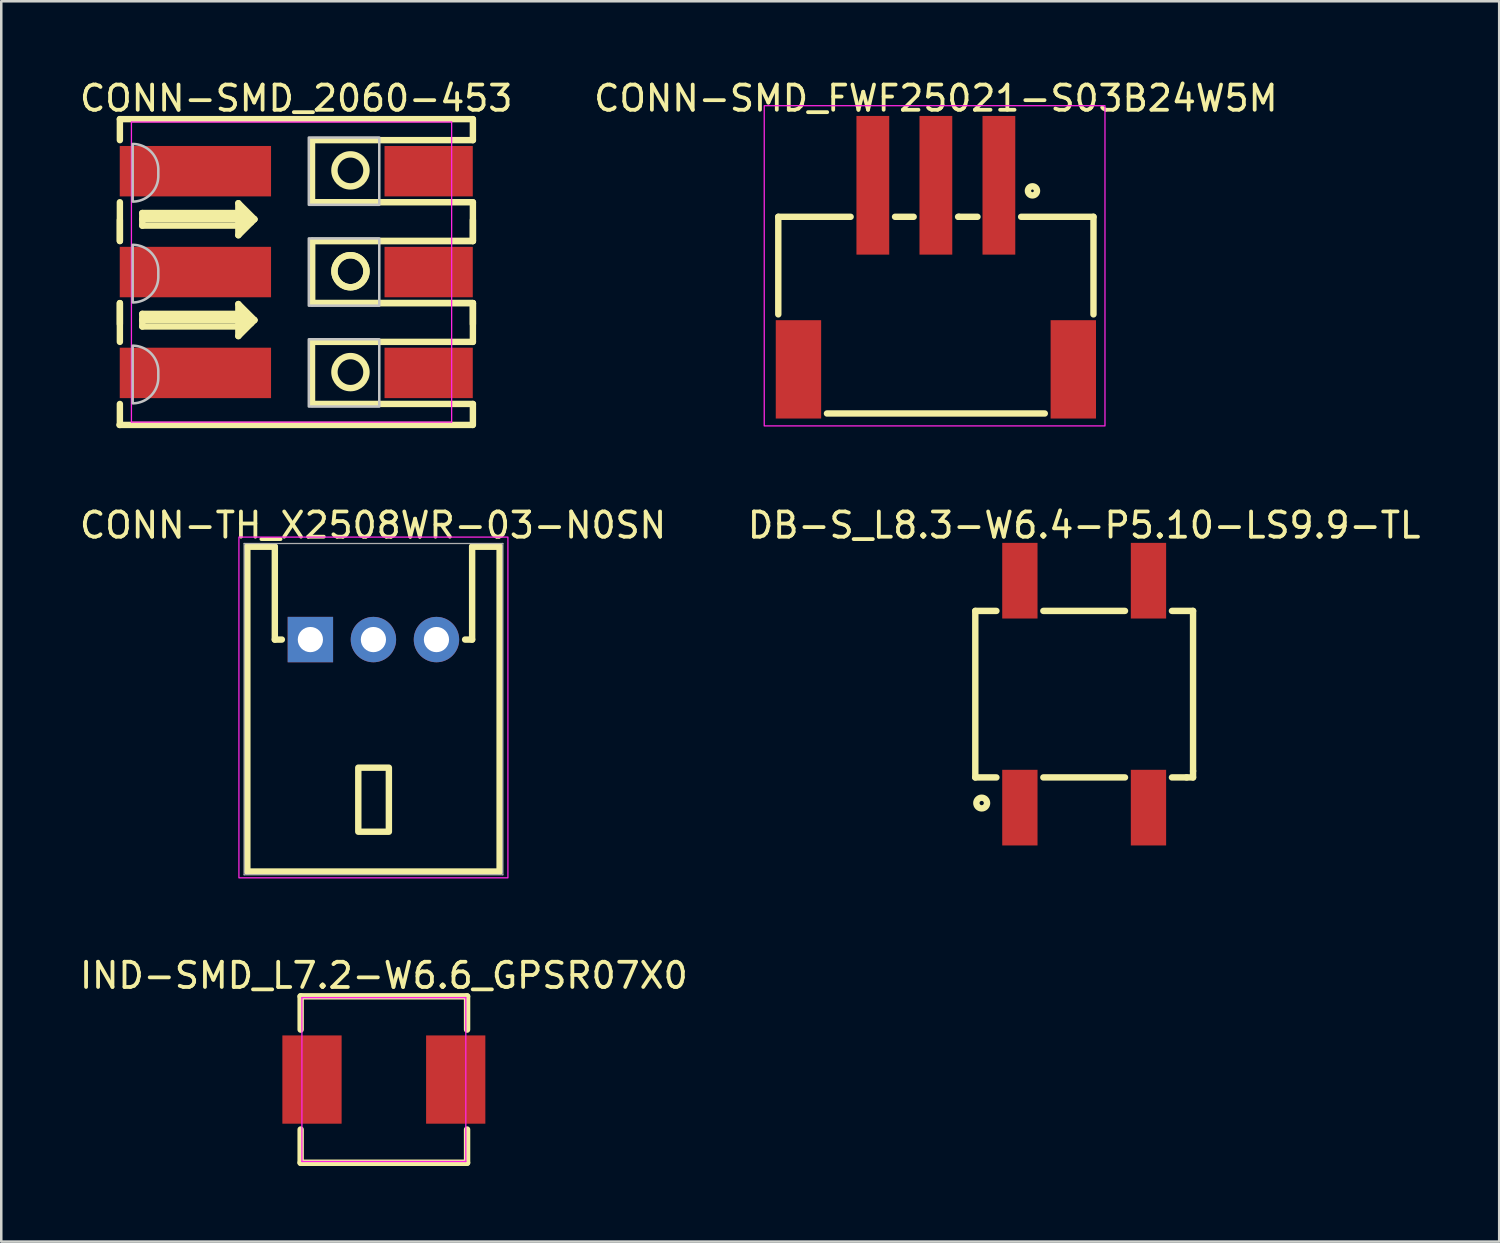
<source format=kicad_pcb>
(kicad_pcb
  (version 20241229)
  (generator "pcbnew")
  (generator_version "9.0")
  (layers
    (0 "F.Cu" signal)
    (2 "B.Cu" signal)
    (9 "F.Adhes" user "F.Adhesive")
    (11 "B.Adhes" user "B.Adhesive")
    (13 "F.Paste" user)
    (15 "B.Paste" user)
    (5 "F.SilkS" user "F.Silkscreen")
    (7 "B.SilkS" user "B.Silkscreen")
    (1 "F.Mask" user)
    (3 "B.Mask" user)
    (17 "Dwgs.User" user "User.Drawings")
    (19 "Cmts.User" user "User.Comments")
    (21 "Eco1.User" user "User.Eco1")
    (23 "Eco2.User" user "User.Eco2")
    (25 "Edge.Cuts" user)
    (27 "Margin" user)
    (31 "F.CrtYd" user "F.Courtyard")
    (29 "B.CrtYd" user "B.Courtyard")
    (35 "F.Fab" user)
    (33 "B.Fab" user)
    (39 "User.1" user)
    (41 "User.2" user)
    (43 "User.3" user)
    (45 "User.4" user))
  (footprint "CONN-TH_X2508WR-03-N0SN"
    (layer "F.Cu")
    (at 11.759 22.314)
    (property "Reference" "CONN-TH_X2508WR-03-N0SN" (at -0.015 -4.535 0) (layer "F.SilkS") (effects (font (size 1 1) (thickness 0.15))))
    (fp_line (start -5 -3.683) (end -3.91 -3.683) (stroke (width 0.254) (type default)) (layer "F.SilkS"))
    (fp_line (start -5 9.2) (end -5 -3.683) (stroke (width 0.254) (type default)) (layer "F.SilkS"))
    (fp_line (start -3.91 -3.683) (end -3.91 0) (stroke (width 0.254) (type default)) (layer "F.SilkS"))
    (fp_line (start -3.91 0) (end -3.631 0) (stroke (width 0.254) (type default)) (layer "F.SilkS"))
    (fp_line (start 3.915 -3.683) (end 3.915 0) (stroke (width 0.254) (type default)) (layer "F.SilkS"))
    (fp_line (start 3.915 0) (end 3.636 0) (stroke (width 0.254) (type default)) (layer "F.SilkS"))
    (fp_line (start 5 9.2) (end -5 9.2) (stroke (width 0.254) (type default)) (layer "F.SilkS"))
    (fp_line (start 5.005 -3.683) (end 3.915 -3.683) (stroke (width 0.254) (type default)) (layer "F.SilkS"))
    (fp_line (start 5.005 9.2) (end 5.005 -3.683) (stroke (width 0.254) (type default)) (layer "F.SilkS"))
    (fp_rect (start -0.6 5.08) (end 0.613 7.62) (stroke (width 0.254) (type default)) (fill no) (layer "F.SilkS"))
    (fp_rect (start -5.334 -4.064) (end 5.334 9.449) (stroke (width 0.05) (type default)) (fill no) (layer "F.CrtYd"))
    (fp_line (start -5.127 -3.81) (end 5.132 -3.81) (stroke (width 0.051) (type default)) (layer "F.Fab"))
    (fp_line (start -5.127 9.327) (end -5.127 -3.81) (stroke (width 0.051) (type default)) (layer "F.Fab"))
    (fp_line (start 5.132 -3.81) (end 5.132 9.327) (stroke (width 0.051) (type default)) (layer "F.Fab"))
    (fp_line (start 5.132 9.327) (end -5.127 9.327) (stroke (width 0.051) (type default)) (layer "F.Fab"))
    (fp_poly (pts (xy -2.1 0) (xy -2.12 -0.124) (xy -2.176 -0.235) (xy -2.265 -0.324) (xy -2.376 -0.38) (xy -2.5 -0.4) (xy -2.624 -0.38) (xy -2.735 -0.324) (xy -2.824 -0.235) (xy -2.88 -0.124) (xy -2.9 0) (xy -2.88 0.124) (xy -2.824 0.235) (xy -2.735 0.324) (xy -2.624 0.38) (xy -2.5 0.4) (xy -2.376 0.38) (xy -2.265 0.324) (xy -2.176 0.235) (xy -2.12 0.124)) (stroke (width 0.1) (type default)) (fill no) (layer "User.1"))
    (fp_poly (pts (xy 0.4 0) (xy 0.38 -0.124) (xy 0.324 -0.235) (xy 0.235 -0.324) (xy 0.124 -0.38) (xy 0 -0.4) (xy -0.124 -0.38) (xy -0.235 -0.324) (xy -0.324 -0.235) (xy -0.38 -0.124) (xy -0.4 0) (xy -0.38 0.124) (xy -0.324 0.235) (xy -0.235 0.324) (xy -0.124 0.38) (xy 0 0.4) (xy 0.124 0.38) (xy 0.235 0.324) (xy 0.324 0.235) (xy 0.38 0.124)) (stroke (width 0.1) (type default)) (fill no) (layer "User.1"))
    (fp_poly (pts (xy 2.9 0) (xy 2.88 -0.124) (xy 2.824 -0.235) (xy 2.735 -0.324) (xy 2.624 -0.38) (xy 2.5 -0.4) (xy 2.376 -0.38) (xy 2.265 -0.324) (xy 2.176 -0.235) (xy 2.12 -0.124) (xy 2.1 0) (xy 2.12 0.124) (xy 2.176 0.235) (xy 2.265 0.324) (xy 2.376 0.38) (xy 2.5 0.4) (xy 2.624 0.38) (xy 2.735 0.324) (xy 2.824 0.235) (xy 2.88 0.124)) (stroke (width 0.1) (type default)) (fill no) (layer "User.1"))
    (fp_poly (pts (xy -5.067 9.327) (xy -5.085 9.285) (xy -5.127 9.267) (xy -5.169 9.285) (xy -5.187 9.327) (xy -5.169 9.369) (xy -5.127 9.387) (xy -5.085 9.369)) (stroke (width 0.1) (type default)) (fill no) (layer "User.3"))
    (pad "1" thru_hole rect (at -2.5 0) (size 1.8 1.8) (drill 1) (layers "*.Cu" "*.Mask"))
    (pad "2" thru_hole circle (at 0 0) (size 1.8 1.8) (drill 1) (layers "*.Cu" "*.Mask"))
    (pad "3" thru_hole circle (at 2.5 0) (size 1.8 1.8) (drill 1) (layers "*.Cu" "*.Mask")))
  (footprint "DB-S_L8.3-W6.4-P5.10-LS9.9-TL"
    (layer "F.Cu")
    (at 39.946 24.479)
    (property "Reference" "DB-S_L8.3-W6.4-P5.10-LS9.9-TL" (at 0 -6.7 0) (layer "F.SilkS") (effects (font (size 1 1) (thickness 0.15))))
    (fp_line (start -4.318 -3.302) (end -3.481 -3.302) (stroke (width 0.254) (type default)) (layer "F.SilkS"))
    (fp_line (start -4.318 3.302) (end -4.318 -3.302) (stroke (width 0.254) (type default)) (layer "F.SilkS"))
    (fp_line (start -3.481 3.302) (end -4.318 3.302) (stroke (width 0.254) (type default)) (layer "F.SilkS"))
    (fp_line (start -1.619 -3.302) (end 1.619 -3.302) (stroke (width 0.254) (type default)) (layer "F.SilkS"))
    (fp_line (start 1.619 3.302) (end -1.619 3.302) (stroke (width 0.254) (type default)) (layer "F.SilkS"))
    (fp_line (start 3.481 -3.302) (end 4.318 -3.302) (stroke (width 0.254) (type default)) (layer "F.SilkS"))
    (fp_line (start 4.064 3.302) (end 3.481 3.302) (stroke (width 0.254) (type default)) (layer "F.SilkS"))
    (fp_line (start 4.318 -3.302) (end 4.318 3.048) (stroke (width 0.254) (type default)) (layer "F.SilkS"))
    (fp_line (start 4.318 3.048) (end 4.318 3.302) (stroke (width 0.254) (type default)) (layer "F.SilkS"))
    (fp_line (start 4.318 3.302) (end 4.064 3.302) (stroke (width 0.254) (type default)) (layer "F.SilkS"))
    (fp_circle (center -4.064 4.318) (end -3.852 4.318) (stroke (width 0.254) (type default)) (fill no) (layer "F.SilkS"))
    (fp_poly (pts (xy -3.075 -3.68) (xy -3.075 -4.95) (xy -2.025 -4.95) (xy -2.025 -3.68)) (stroke (width 0.1) (type default)) (fill no) (layer "User.1"))
    (fp_poly (pts (xy -3.075 -3.19) (xy -3.075 -3.69) (xy -2.025 -3.69) (xy -2.025 -3.19)) (stroke (width 0.1) (type default)) (fill no) (layer "User.1"))
    (fp_poly (pts (xy -3.075 3.69) (xy -3.075 3.19) (xy -2.025 3.19) (xy -2.025 3.69)) (stroke (width 0.1) (type default)) (fill no) (layer "User.1"))
    (fp_poly (pts (xy -3.075 4.95) (xy -3.075 3.68) (xy -2.025 3.68) (xy -2.025 4.95)) (stroke (width 0.1) (type default)) (fill no) (layer "User.1"))
    (fp_poly (pts (xy 2.025 -3.68) (xy 2.025 -4.95) (xy 3.075 -4.95) (xy 3.075 -3.68)) (stroke (width 0.1) (type default)) (fill no) (layer "User.1"))
    (fp_poly (pts (xy 2.025 -3.19) (xy 2.025 -3.69) (xy 3.075 -3.69) (xy 3.075 -3.19)) (stroke (width 0.1) (type default)) (fill no) (layer "User.1"))
    (fp_poly (pts (xy 2.025 3.69) (xy 2.025 3.19) (xy 3.075 3.19) (xy 3.075 3.69)) (stroke (width 0.1) (type default)) (fill no) (layer "User.1"))
    (fp_poly (pts (xy 2.025 4.95) (xy 2.025 3.68) (xy 3.075 3.68) (xy 3.075 4.95)) (stroke (width 0.1) (type default)) (fill no) (layer "User.1"))
    (fp_line (start -4.15 -3.2) (end 4.15 -3.2) (stroke (width 0.051) (type default)) (layer "User.2"))
    (fp_line (start -4.15 3.2) (end -4.15 -3.2) (stroke (width 0.051) (type default)) (layer "User.2"))
    (fp_line (start 4.15 -3.2) (end 4.15 3.2) (stroke (width 0.051) (type default)) (layer "User.2"))
    (fp_line (start 4.15 3.2) (end -4.15 3.2) (stroke (width 0.051) (type default)) (layer "User.2"))
    (fp_poly (pts (xy -4.09 -4.95) (xy -4.108 -4.992) (xy -4.15 -5.01) (xy -4.192 -4.992) (xy -4.21 -4.95) (xy -4.192 -4.908) (xy -4.15 -4.89) (xy -4.108 -4.908)) (stroke (width 0.1) (type default)) (fill no) (layer "User.3"))
    (pad "1" smd rect (at -2.55 4.5) (size 1.4 3) (layers "F.Cu" "F.Mask" "F.Paste"))
    (pad "2" smd rect (at 2.55 4.5) (size 1.4 3) (layers "F.Cu" "F.Mask" "F.Paste"))
    (pad "3" smd rect (at 2.55 -4.5) (size 1.4 3) (layers "F.Cu" "F.Mask" "F.Paste"))
    (pad "4" smd rect (at -2.55 -4.5) (size 1.4 3) (layers "F.Cu" "F.Mask" "F.Paste")))
  (footprint "CONN-SMD_FWF25021-S03B24W5M"
    (layer "F.Cu")
    (at 34.065 7.948)
    (property "Reference" "CONN-SMD_FWF25021-S03B24W5M" (at 0 -7.1 0) (layer "F.SilkS") (effects (font (size 1 1) (thickness 0.15))))
    (fp_line (start -6.25 -2.4) (end -6.25 1.469) (stroke (width 0.254) (type default)) (layer "F.SilkS"))
    (fp_line (start -6.25 -2.4) (end -3.381 -2.4) (stroke (width 0.254) (type default)) (layer "F.SilkS"))
    (fp_line (start -0.881 -2.4) (end -1.619 -2.4) (stroke (width 0.254) (type default)) (layer "F.SilkS"))
    (fp_line (start 0.912 -2.4) (end 0.881 -2.4) (stroke (width 0.254) (type default)) (layer "F.SilkS"))
    (fp_line (start 1.65 -2.4) (end 0.912 -2.4) (stroke (width 0.254) (type default)) (layer "F.SilkS"))
    (fp_line (start 4.319 5.4) (end -4.319 5.4) (stroke (width 0.254) (type default)) (layer "F.SilkS"))
    (fp_line (start 6.25 -2.4) (end 3.381 -2.4) (stroke (width 0.254) (type default)) (layer "F.SilkS"))
    (fp_line (start 6.25 -2.4) (end 6.25 1.469) (stroke (width 0.254) (type default)) (layer "F.SilkS"))
    (fp_circle (center 3.83 -3.429) (end 4.01 -3.429) (stroke (width 0.254) (type default)) (fill no) (layer "F.SilkS"))
    (fp_rect (start -6.807 -6.807) (end 6.706 5.893) (stroke (width 0.05) (type default)) (fill no) (layer "F.CrtYd"))
    (fp_poly (pts (xy -4.552 5.588) (xy -6.352 5.588) (xy -6.352 1.688) (xy -4.552 1.688)) (stroke (width 0.1) (type default)) (fill no) (layer "User.1"))
    (fp_poly (pts (xy 0.65 -0.9) (xy -0.65 -0.9) (xy -0.65 -6.4) (xy 0.65 -6.4)) (stroke (width 0.1) (type default)) (fill no) (layer "User.1"))
    (fp_poly (pts (xy 3.15 -0.9) (xy 1.85 -0.9) (xy 1.85 -6.4) (xy 3.15 -6.4)) (stroke (width 0.1) (type default)) (fill no) (layer "User.1"))
    (fp_poly (pts (xy 6.35 5.6) (xy 4.55 5.6) (xy 4.55 1.7) (xy 6.35 1.7)) (stroke (width 0.1) (type default)) (fill no) (layer "User.1"))
    (pad "1" smd rect (at 2.499 -3.65 180) (size 1.3 5.5) (layers "F.Cu" "F.Mask" "F.Paste"))
    (pad "2" smd rect (at 0 -3.65 180) (size 1.3 5.5) (layers "F.Cu" "F.Mask" "F.Paste"))
    (pad "3" smd rect (at -2.5 -3.65 180) (size 1.3 5.5) (layers "F.Cu" "F.Mask" "F.Paste"))
    (pad "4" smd rect (at -5.45 3.65 180) (size 1.8 3.9) (layers "F.Cu" "F.Mask" "F.Paste"))
    (pad "5" smd rect (at 5.45 3.65 180) (size 1.8 3.9) (layers "F.Cu" "F.Mask" "F.Paste")))
  (footprint "IND-SMD_L7.2-W6.6_GPSR07X0"
    (layer "F.Cu")
    (at 12.173 39.763)
    (property "Reference" "IND-SMD_L7.2-W6.6_GPSR07X0" (at 0 -4.127 0) (layer "F.SilkS") (effects (font (size 1 1) (thickness 0.15))))
    (fp_line (start -3.3 -3.3) (end -3.3 -1.981) (stroke (width 0.254) (type default)) (layer "F.SilkS"))
    (fp_line (start -3.3 -3.3) (end 3.3 -3.3) (stroke (width 0.254) (type default)) (layer "F.SilkS"))
    (fp_line (start -3.3 1.981) (end -3.3 3.3) (stroke (width 0.254) (type default)) (layer "F.SilkS"))
    (fp_line (start -3.3 3.3) (end 3.3 3.3) (stroke (width 0.254) (type default)) (layer "F.SilkS"))
    (fp_line (start 3.3 -3.3) (end 3.3 -1.981) (stroke (width 0.254) (type default)) (layer "F.SilkS"))
    (fp_line (start 3.3 1.981) (end 3.3 3.3) (stroke (width 0.254) (type default)) (layer "F.SilkS"))
    (fp_line (start -3.25 -3.25) (end 3.25 -3.25) (stroke (width 0.051) (type default)) (layer "F.CrtYd"))
    (fp_line (start -3.25 3.25) (end -3.25 -3.25) (stroke (width 0.051) (type default)) (layer "F.CrtYd"))
    (fp_line (start 3.25 -3.25) (end 3.25 3.25) (stroke (width 0.051) (type default)) (layer "F.CrtYd"))
    (fp_line (start 3.25 3.25) (end -3.25 3.25) (stroke (width 0.051) (type default)) (layer "F.CrtYd"))
    (fp_poly (pts (xy -1.9 1.5) (xy -3.6 1.5) (xy -3.6 -1.5) (xy -1.9 -1.5)) (stroke (width 0.1) (type default)) (fill no) (layer "User.1"))
    (fp_poly (pts (xy 1.9 -1.5) (xy 3.6 -1.5) (xy 3.6 1.5) (xy 1.9 1.5)) (stroke (width 0.1) (type default)) (fill no) (layer "User.1"))
    (fp_poly (pts (xy -3.54 3.25) (xy -3.558 3.208) (xy -3.6 3.19) (xy -3.642 3.208) (xy -3.66 3.25) (xy -3.642 3.292) (xy -3.6 3.31) (xy -3.558 3.292)) (stroke (width 0.1) (type default)) (fill no) (layer "User.3"))
    (pad "1" smd rect (at -2.85 0) (size 2.35 3.5) (layers "F.Cu" "F.Mask" "F.Paste"))
    (pad "2" smd rect (at 2.85 0) (size 2.35 3.5) (layers "F.Cu" "F.Mask" "F.Paste")))
  (footprint "CONN-SMD_2060-453"
    (layer "F.Cu")
    (at 9.324 7.739)
    (property "Reference" "CONN-SMD_2060-453" (at -0.627 -6.891 0) (layer "F.SilkS") (effects (font (size 1 1) (thickness 0.15))))
    (fp_line (start -7.635 6.064) (end 6.365 6.064) (stroke (width 0.254) (type default)) (layer "F.SilkS"))
    (fp_line (start -7.62 -6.064) (end -7.62 -5.231) (stroke (width 0.254) (type default)) (layer "F.SilkS"))
    (fp_line (start -7.62 -6.064) (end 6.38 -6.064) (stroke (width 0.254) (type default)) (layer "F.SilkS"))
    (fp_line (start -7.62 -2.769) (end -7.62 -1.231) (stroke (width 0.254) (type default)) (layer "F.SilkS"))
    (fp_line (start -7.62 -2.064) (end -7.62 -1.231) (stroke (width 0.254) (type default)) (layer "F.SilkS"))
    (fp_line (start -7.62 1.231) (end -7.62 2.064) (stroke (width 0.254) (type default)) (layer "F.SilkS"))
    (fp_line (start -7.62 1.231) (end -7.62 2.769) (stroke (width 0.254) (type default)) (layer "F.SilkS"))
    (fp_line (start -7.62 5.231) (end -7.62 6.064) (stroke (width 0.254) (type default)) (layer "F.SilkS"))
    (fp_line (start -6.731 -2.341) (end -6.731 -1.841) (stroke (width 0.254) (type default)) (layer "F.SilkS"))
    (fp_line (start -6.731 -1.841) (end -2.794 -1.841) (stroke (width 0.254) (type default)) (layer "F.SilkS"))
    (fp_line (start -6.731 1.659) (end -6.731 2.159) (stroke (width 0.254) (type default)) (layer "F.SilkS"))
    (fp_line (start -6.731 2.159) (end -2.794 2.159) (stroke (width 0.254) (type default)) (layer "F.SilkS"))
    (fp_line (start -2.921 -2.73) (end -2.921 -1.46) (stroke (width 0.254) (type default)) (layer "F.SilkS"))
    (fp_line (start -2.921 -2.341) (end -6.731 -2.341) (stroke (width 0.254) (type default)) (layer "F.SilkS"))
    (fp_line (start -2.921 -1.46) (end -2.413 -1.969) (stroke (width 0.254) (type default)) (layer "F.SilkS"))
    (fp_line (start -2.921 1.27) (end -2.921 2.54) (stroke (width 0.254) (type default)) (layer "F.SilkS"))
    (fp_line (start -2.921 1.659) (end -6.731 1.659) (stroke (width 0.254) (type default)) (layer "F.SilkS"))
    (fp_line (start -2.921 2.54) (end -2.413 2.031) (stroke (width 0.254) (type default)) (layer "F.SilkS"))
    (fp_line (start -2.794 -1.841) (end -2.667 -1.968) (stroke (width 0.254) (type default)) (layer "F.SilkS"))
    (fp_line (start -2.794 2.159) (end -2.667 2.032) (stroke (width 0.254) (type default)) (layer "F.SilkS"))
    (fp_line (start -2.413 -1.969) (end -2.286 -2.096) (stroke (width 0.254) (type default)) (layer "F.SilkS"))
    (fp_line (start -2.413 2.031) (end -2.286 1.904) (stroke (width 0.254) (type default)) (layer "F.SilkS"))
    (fp_line (start -2.286 -2.095) (end -6.731 -2.095) (stroke (width 0.254) (type default)) (layer "F.SilkS"))
    (fp_line (start -2.286 -2.095) (end -2.921 -2.73) (stroke (width 0.254) (type default)) (layer "F.SilkS"))
    (fp_line (start -2.286 1.905) (end -6.731 1.905) (stroke (width 0.254) (type default)) (layer "F.SilkS"))
    (fp_line (start -2.286 1.905) (end -2.921 1.27) (stroke (width 0.254) (type default)) (layer "F.SilkS"))
    (fp_line (start 0 -5.175) (end 0 -5.231) (stroke (width 0.254) (type default)) (layer "F.SilkS"))
    (fp_line (start 0 -2.769) (end 0 -5.175) (stroke (width 0.254) (type default)) (layer "F.SilkS"))
    (fp_line (start 0 -1.175) (end 0 -1.231) (stroke (width 0.254) (type default)) (layer "F.SilkS"))
    (fp_line (start 0 -1.175) (end 0 -1.231) (stroke (width 0.254) (type default)) (layer "F.SilkS"))
    (fp_line (start 0 1.231) (end 0 -1.175) (stroke (width 0.254) (type default)) (layer "F.SilkS"))
    (fp_line (start 0 1.231) (end 0 -1.175) (stroke (width 0.254) (type default)) (layer "F.SilkS"))
    (fp_line (start 0 2.825) (end 0 2.769) (stroke (width 0.254) (type default)) (layer "F.SilkS"))
    (fp_line (start 0 5.231) (end 0 2.825) (stroke (width 0.254) (type default)) (layer "F.SilkS"))
    (fp_line (start 6.38 -6.064) (end 6.38 -5.231) (stroke (width 0.254) (type default)) (layer "F.SilkS"))
    (fp_line (start 6.38 -5.231) (end 0 -5.231) (stroke (width 0.254) (type default)) (layer "F.SilkS"))
    (fp_line (start 6.38 -2.769) (end 0 -2.769) (stroke (width 0.254) (type default)) (layer "F.SilkS"))
    (fp_line (start 6.38 -2.769) (end 6.38 -1.231) (stroke (width 0.254) (type default)) (layer "F.SilkS"))
    (fp_line (start 6.38 -2.064) (end 6.38 -1.231) (stroke (width 0.254) (type default)) (layer "F.SilkS"))
    (fp_line (start 6.38 -1.231) (end 0 -1.231) (stroke (width 0.254) (type default)) (layer "F.SilkS"))
    (fp_line (start 6.38 -1.231) (end 0 -1.231) (stroke (width 0.254) (type default)) (layer "F.SilkS"))
    (fp_line (start 6.38 1.231) (end 0 1.231) (stroke (width 0.254) (type default)) (layer "F.SilkS"))
    (fp_line (start 6.38 1.231) (end 0 1.231) (stroke (width 0.254) (type default)) (layer "F.SilkS"))
    (fp_line (start 6.38 1.231) (end 6.38 2.064) (stroke (width 0.254) (type default)) (layer "F.SilkS"))
    (fp_line (start 6.38 1.231) (end 6.38 2.769) (stroke (width 0.254) (type default)) (layer "F.SilkS"))
    (fp_line (start 6.38 2.769) (end 0 2.769) (stroke (width 0.254) (type default)) (layer "F.SilkS"))
    (fp_line (start 6.38 5.231) (end 0 5.231) (stroke (width 0.254) (type default)) (layer "F.SilkS"))
    (fp_line (start 6.38 5.231) (end 6.38 6.064) (stroke (width 0.254) (type default)) (layer "F.SilkS"))
    (fp_circle (center 1.524 -4.032) (end 2.159 -4.032) (stroke (width 0.254) (type default)) (fill no) (layer "F.SilkS"))
    (fp_circle (center 1.524 -0.032) (end 2.159 -0.032) (stroke (width 0.254) (type default)) (fill no) (layer "F.SilkS"))
    (fp_circle (center 1.524 -0.032) (end 2.159 -0.032) (stroke (width 0.254) (type default)) (fill no) (layer "F.SilkS"))
    (fp_circle (center 1.524 3.968) (end 2.159 3.968) (stroke (width 0.254) (type default)) (fill no) (layer "F.SilkS"))
    (fp_poly (pts (xy -2.857 -2.667) (xy -2.286 -2.095) (xy -2.413 -2.095) (xy -2.921 -1.587)) (stroke (width 0) (type default)) (fill yes) (layer "F.SilkS"))
    (fp_poly (pts (xy -2.857 1.333) (xy -2.286 1.905) (xy -2.413 1.905) (xy -2.921 2.413)) (stroke (width 0) (type default)) (fill yes) (layer "F.SilkS"))
    (fp_poly (pts (xy 2.667 -5.334) (xy 2.667 -2.667) (xy -0.127 -2.667) (xy -0.127 -5.334)) (stroke (width 0.1) (type default)) (fill no) (layer "Dwgs.User"))
    (fp_poly (pts (xy 2.667 -1.334) (xy 2.667 1.333) (xy -0.127 1.333) (xy -0.127 -1.334)) (stroke (width 0.1) (type default)) (fill no) (layer "Dwgs.User"))
    (fp_poly (pts (xy 2.667 2.666) (xy 2.667 5.333) (xy -0.127 5.333) (xy -0.127 2.666)) (stroke (width 0.1) (type default)) (fill no) (layer "Dwgs.User"))
    (fp_poly (pts (arc (start -7.112 -5.08) (mid -6.39358 -4.78242) (end -6.096 -4.064)) (arc (start -6.096 -3.81) (mid -6.39358 -3.09158) (end -7.112 -2.794))) (stroke (width 0.1) (type default)) (fill no) (layer "Dwgs.User"))
    (fp_poly (pts (arc (start -7.112 -1.08) (mid -6.39358 -0.78242) (end -6.096 -0.064)) (arc (start -6.096 0.19) (mid -6.39358 0.90842) (end -7.112 1.206))) (stroke (width 0.1) (type default)) (fill no) (layer "Dwgs.User"))
    (fp_poly (pts (arc (start -7.112 2.92) (mid -6.39358 3.21758) (end -6.096 3.936)) (arc (start -6.096 4.19) (mid -6.39358 4.90842) (end -7.112 5.206))) (stroke (width 0.1) (type default)) (fill no) (layer "Dwgs.User"))
    (fp_line (start -7.162 -5.95) (end 5.537 -5.95) (stroke (width 0.051) (type default)) (layer "F.CrtYd"))
    (fp_line (start -7.162 5.95) (end -7.162 -5.95) (stroke (width 0.051) (type default)) (layer "F.CrtYd"))
    (fp_line (start 5.537 -5.95) (end 5.537 5.95) (stroke (width 0.051) (type default)) (layer "F.CrtYd"))
    (fp_line (start 5.537 5.95) (end -7.162 5.95) (stroke (width 0.051) (type default)) (layer "F.CrtYd"))
    (fp_poly (pts (xy -2.625 -4.6) (xy -2.625 -3.4) (xy -6.625 -3.4) (xy -6.625 -4.6)) (stroke (width 0.1) (type default)) (fill no) (layer "User.1"))
    (fp_poly (pts (xy -2.625 -0.6) (xy -2.625 0.6) (xy -6.625 0.6) (xy -6.625 -0.6)) (stroke (width 0.1) (type default)) (fill no) (layer "User.1"))
    (fp_poly (pts (xy -2.625 3.4) (xy -2.625 4.6) (xy -6.625 4.6) (xy -6.625 3.4)) (stroke (width 0.1) (type default)) (fill no) (layer "User.1"))
    (fp_poly (pts (xy 5.936 -4.6) (xy 5.936 -3.4) (xy 4.136 -3.4) (xy 4.136 -4.6)) (stroke (width 0.1) (type default)) (fill no) (layer "User.1"))
    (fp_poly (pts (xy 5.936 -0.6) (xy 5.936 0.6) (xy 4.136 0.6) (xy 4.136 -0.6)) (stroke (width 0.1) (type default)) (fill no) (layer "User.1"))
    (fp_poly (pts (xy 5.936 3.4) (xy 5.936 4.6) (xy 4.136 4.6) (xy 4.136 3.4)) (stroke (width 0.1) (type default)) (fill no) (layer "User.1"))
    (fp_poly (pts (xy 5.997 -5.95) (xy 5.979 -5.992) (xy 5.936 -6.01) (xy 5.894 -5.992) (xy 5.877 -5.95) (xy 5.894 -5.908) (xy 5.936 -5.89) (xy 5.979 -5.908)) (stroke (width 0.1) (type default)) (fill no) (layer "User.3"))
    (pad "1" smd rect (at -4.625 -4 90) (size 2 6) (layers "F.Cu" "F.Mask" "F.Paste"))
    (pad "1" smd rect (at 4.625 -4 90) (size 2 3.5) (layers "F.Cu" "F.Mask" "F.Paste"))
    (pad "2" smd rect (at -4.625 0 90) (size 2 6) (layers "F.Cu" "F.Mask" "F.Paste"))
    (pad "2" smd rect (at 4.625 0 90) (size 2 3.5) (layers "F.Cu" "F.Mask" "F.Paste"))
    (pad "3" smd rect (at -4.625 4 90) (size 2 6) (layers "F.Cu" "F.Mask" "F.Paste"))
    (pad "3" smd rect (at 4.625 4 90) (size 2 3.5) (layers "F.Cu" "F.Mask" "F.Paste")))
  (gr_rect
    (start -3 -3)
    (end 56.405 46.19)
    (stroke (width 0.1) (type default))
    (fill no)
    (layer "Edge.Cuts")))
</source>
